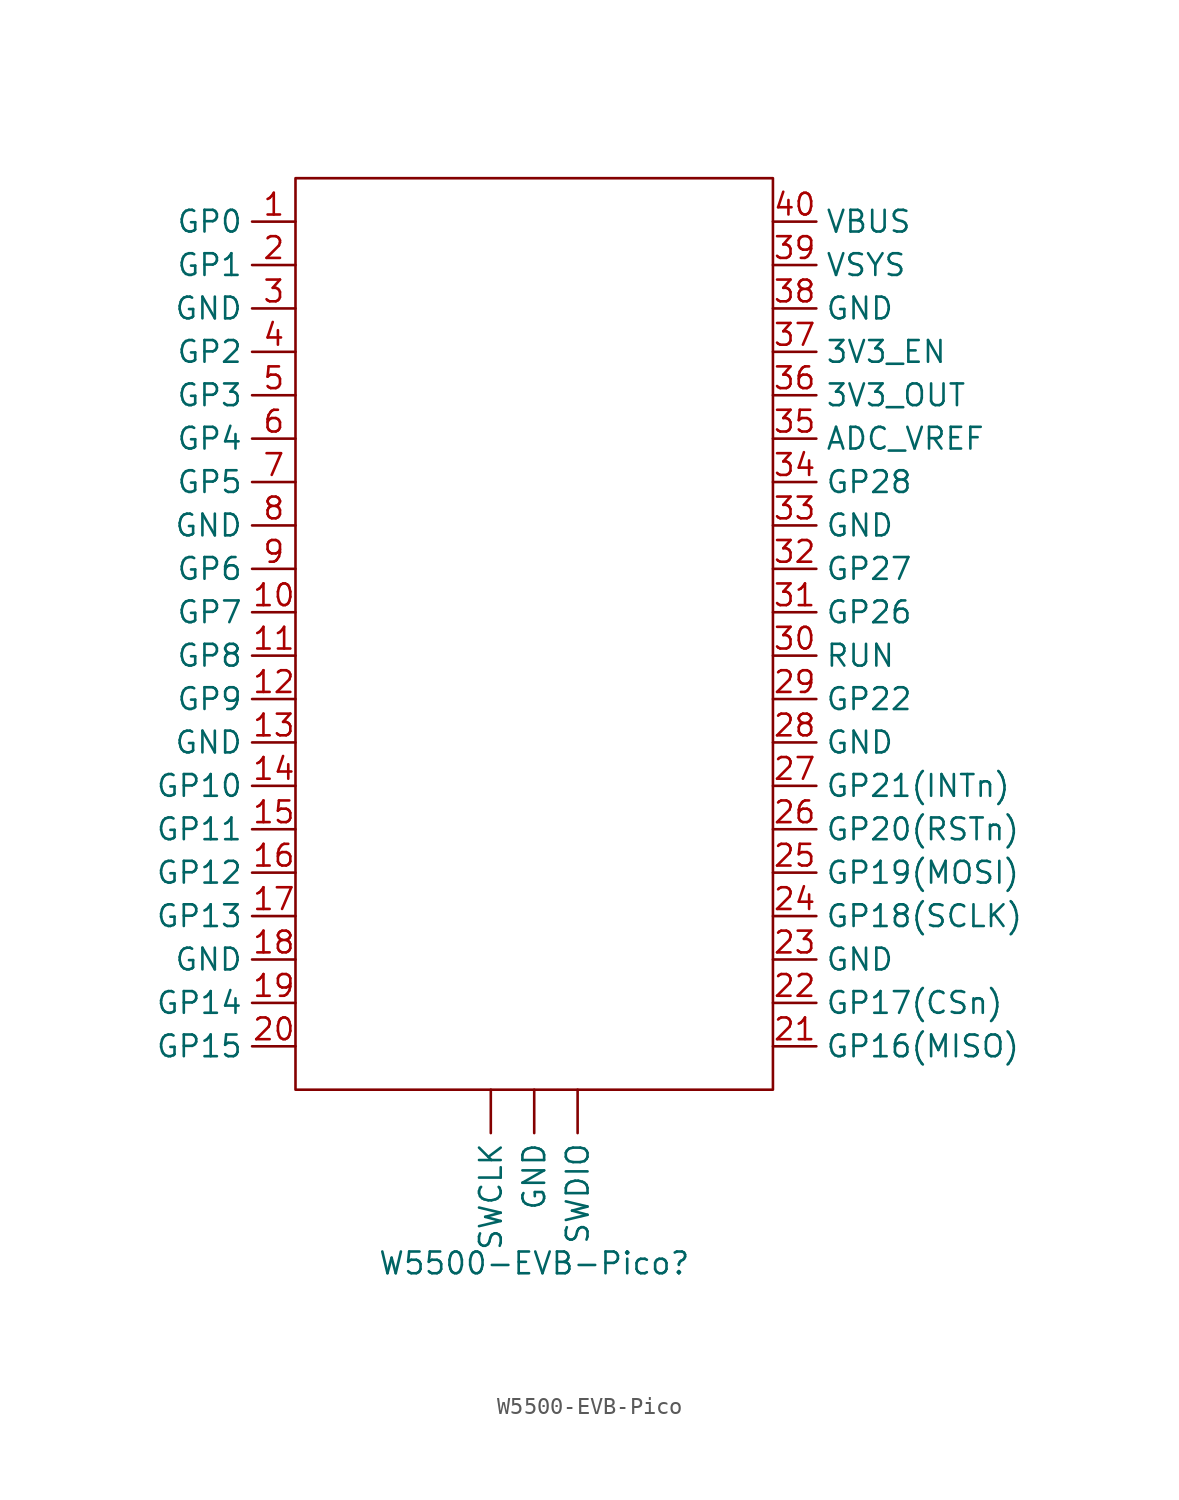
<source format=kicad_sym>
(kicad_symbol_lib
  (version 20220914)
  (generator kicad_symbol_editor)
  (symbol "W5500-EVB-Pico"
    (property "Reference" "W5500-EVB-Pico"
      (at 0 -35.56 0)
      (effects (font (size 1.27 1.27))))
    (property "Value" ""
      (at 0 -35.56 0)
      (effects (font (size 1.27 1.27))))
    (symbol "W5500-EVB-Pico_0_0"
      (pin bidirectional line (at -13.97 25.4 180) (length 2.54) (name "GP0" (effects (font (size 1.27 1.27)))) (number "1" (effects (font (size 1.27 1.27)))))
      (pin bidirectional line (at -13.97 -22.86 180) (length 2.54) (name "GP15" (effects (font (size 1.27 1.27)))) (number "20" (effects (font (size 1.27 1.27)))))
      (pin passive line (at 13.97 -17.78 0) (length 2.54) (name "GND" (effects (font (size 1.27 1.27)))) (number "23" (effects (font (size 1.27 1.27)))))
      (pin power_in line (at 13.97 22.86 0) (length 2.54) (name "VSYS" (effects (font (size 1.27 1.27)))) (number "39" (effects (font (size 1.27 1.27)))))
      (pin power_in line (at 13.97 25.4 0) (length 2.54) (name "VBUS" (effects (font (size 1.27 1.27)))) (number "40" (effects (font (size 1.27 1.27)))))
      (pin passive line (at 0 -25.4 270) (length 2.54) (name "GND" (effects (font (size 1.27 1.27)))) (number "~" (effects (font (size 1.27 1.27)))))
      (pin bidirectional line (at -2.54 -25.4 270) (length 2.54) (name "SWCLK" (effects (font (size 1.27 1.27)))) (number "~" (effects (font (size 1.27 1.27)))))
      (pin bidirectional line (at 2.54 -25.4 270) (length 2.54) (name "SWDIO" (effects (font (size 1.27 1.27)))) (number "~" (effects (font (size 1.27 1.27))))))
    (symbol "W5500-EVB-Pico_0_1"
      (rectangle (start -13.97 27.94) (end 13.97 -25.4) (stroke (width 0) (type solid)) (fill (type none))))
    (symbol "W5500-EVB-Pico_1_1"
      (pin bidirectional line (at -13.97 2.54 180) (length 2.54) (name "GP7" (effects (font (size 1.27 1.27)))) (number "10" (effects (font (size 1.27 1.27)))))
      (pin bidirectional line (at -13.97 0 180) (length 2.54) (name "GP8" (effects (font (size 1.27 1.27)))) (number "11" (effects (font (size 1.27 1.27)))))
      (pin bidirectional line (at -13.97 -2.54 180) (length 2.54) (name "GP9" (effects (font (size 1.27 1.27)))) (number "12" (effects (font (size 1.27 1.27)))))
      (pin passive line (at -13.97 -5.08 180) (length 2.54) (name "GND" (effects (font (size 1.27 1.27)))) (number "13" (effects (font (size 1.27 1.27)))))
      (pin bidirectional line (at -13.97 -7.62 180) (length 2.54) (name "GP10" (effects (font (size 1.27 1.27)))) (number "14" (effects (font (size 1.27 1.27)))))
      (pin bidirectional line (at -13.97 -10.16 180) (length 2.54) (name "GP11" (effects (font (size 1.27 1.27)))) (number "15" (effects (font (size 1.27 1.27)))))
      (pin bidirectional line (at -13.97 -12.7 180) (length 2.54) (name "GP12" (effects (font (size 1.27 1.27)))) (number "16" (effects (font (size 1.27 1.27)))))
      (pin bidirectional line (at -13.97 -15.24 180) (length 2.54) (name "GP13" (effects (font (size 1.27 1.27)))) (number "17" (effects (font (size 1.27 1.27)))))
      (pin passive line (at -13.97 -17.78 180) (length 2.54) (name "GND" (effects (font (size 1.27 1.27)))) (number "18" (effects (font (size 1.27 1.27)))))
      (pin bidirectional line (at -13.97 -20.32 180) (length 2.54) (name "GP14" (effects (font (size 1.27 1.27)))) (number "19" (effects (font (size 1.27 1.27)))))
      (pin bidirectional line (at -13.97 22.86 180) (length 2.54) (name "GP1" (effects (font (size 1.27 1.27)))) (number "2" (effects (font (size 1.27 1.27)))))
      (pin bidirectional line (at 13.97 -22.86 0) (length 2.54) (name "GP16(MISO)" (effects (font (size 1.27 1.27)))) (number "21" (effects (font (size 1.27 1.27)))))
      (pin bidirectional line (at 13.97 -20.32 0) (length 2.54) (name "GP17(CSn)" (effects (font (size 1.27 1.27)))) (number "22" (effects (font (size 1.27 1.27)))))
      (pin bidirectional line (at 13.97 -15.24 0) (length 2.54) (name "GP18(SCLK)" (effects (font (size 1.27 1.27)))) (number "24" (effects (font (size 1.27 1.27)))))
      (pin bidirectional line (at 13.97 -12.7 0) (length 2.54) (name "GP19(MOSI)" (effects (font (size 1.27 1.27)))) (number "25" (effects (font (size 1.27 1.27)))))
      (pin bidirectional line (at 13.97 -10.16 0) (length 2.54) (name "GP20(RSTn)" (effects (font (size 1.27 1.27)))) (number "26" (effects (font (size 1.27 1.27)))))
      (pin bidirectional line (at 13.97 -7.62 0) (length 2.54) (name "GP21(INTn)" (effects (font (size 1.27 1.27)))) (number "27" (effects (font (size 1.27 1.27)))))
      (pin passive line (at 13.97 -5.08 0) (length 2.54) (name "GND" (effects (font (size 1.27 1.27)))) (number "28" (effects (font (size 1.27 1.27)))))
      (pin bidirectional line (at 13.97 -2.54 0) (length 2.54) (name "GP22" (effects (font (size 1.27 1.27)))) (number "29" (effects (font (size 1.27 1.27)))))
      (pin passive line (at -13.97 20.32 180) (length 2.54) (name "GND" (effects (font (size 1.27 1.27)))) (number "3" (effects (font (size 1.27 1.27)))))
      (pin input line (at 13.97 0 0) (length 2.54) (name "RUN" (effects (font (size 1.27 1.27)))) (number "30" (effects (font (size 1.27 1.27)))))
      (pin bidirectional line (at 13.97 2.54 0) (length 2.54) (name "GP26" (effects (font (size 1.27 1.27)))) (number "31" (effects (font (size 1.27 1.27)))))
      (pin bidirectional line (at 13.97 5.08 0) (length 2.54) (name "GP27" (effects (font (size 1.27 1.27)))) (number "32" (effects (font (size 1.27 1.27)))))
      (pin passive line (at 13.97 7.62 0) (length 2.54) (name "GND" (effects (font (size 1.27 1.27)))) (number "33" (effects (font (size 1.27 1.27)))))
      (pin bidirectional line (at 13.97 10.16 0) (length 2.54) (name "GP28" (effects (font (size 1.27 1.27)))) (number "34" (effects (font (size 1.27 1.27)))))
      (pin input line (at 13.97 12.7 0) (length 2.54) (name "ADC_VREF" (effects (font (size 1.27 1.27)))) (number "35" (effects (font (size 1.27 1.27)))))
      (pin power_out line (at 13.97 15.24 0) (length 2.54) (name "3V3_OUT" (effects (font (size 1.27 1.27)))) (number "36" (effects (font (size 1.27 1.27)))))
      (pin input line (at 13.97 17.78 0) (length 2.54) (name "3V3_EN" (effects (font (size 1.27 1.27)))) (number "37" (effects (font (size 1.27 1.27)))))
      (pin passive line (at 13.97 20.32 0) (length 2.54) (name "GND" (effects (font (size 1.27 1.27)))) (number "38" (effects (font (size 1.27 1.27)))))
      (pin bidirectional line (at -13.97 17.78 180) (length 2.54) (name "GP2" (effects (font (size 1.27 1.27)))) (number "4" (effects (font (size 1.27 1.27)))))
      (pin bidirectional line (at -13.97 15.24 180) (length 2.54) (name "GP3" (effects (font (size 1.27 1.27)))) (number "5" (effects (font (size 1.27 1.27)))))
      (pin bidirectional line (at -13.97 12.7 180) (length 2.54) (name "GP4" (effects (font (size 1.27 1.27)))) (number "6" (effects (font (size 1.27 1.27)))))
      (pin bidirectional line (at -13.97 10.16 180) (length 2.54) (name "GP5" (effects (font (size 1.27 1.27)))) (number "7" (effects (font (size 1.27 1.27)))))
      (pin passive line (at -13.97 7.62 180) (length 2.54) (name "GND" (effects (font (size 1.27 1.27)))) (number "8" (effects (font (size 1.27 1.27)))))
      (pin bidirectional line (at -13.97 5.08 180) (length 2.54) (name "GP6" (effects (font (size 1.27 1.27)))) (number "9" (effects (font (size 1.27 1.27))))))))
</source>
